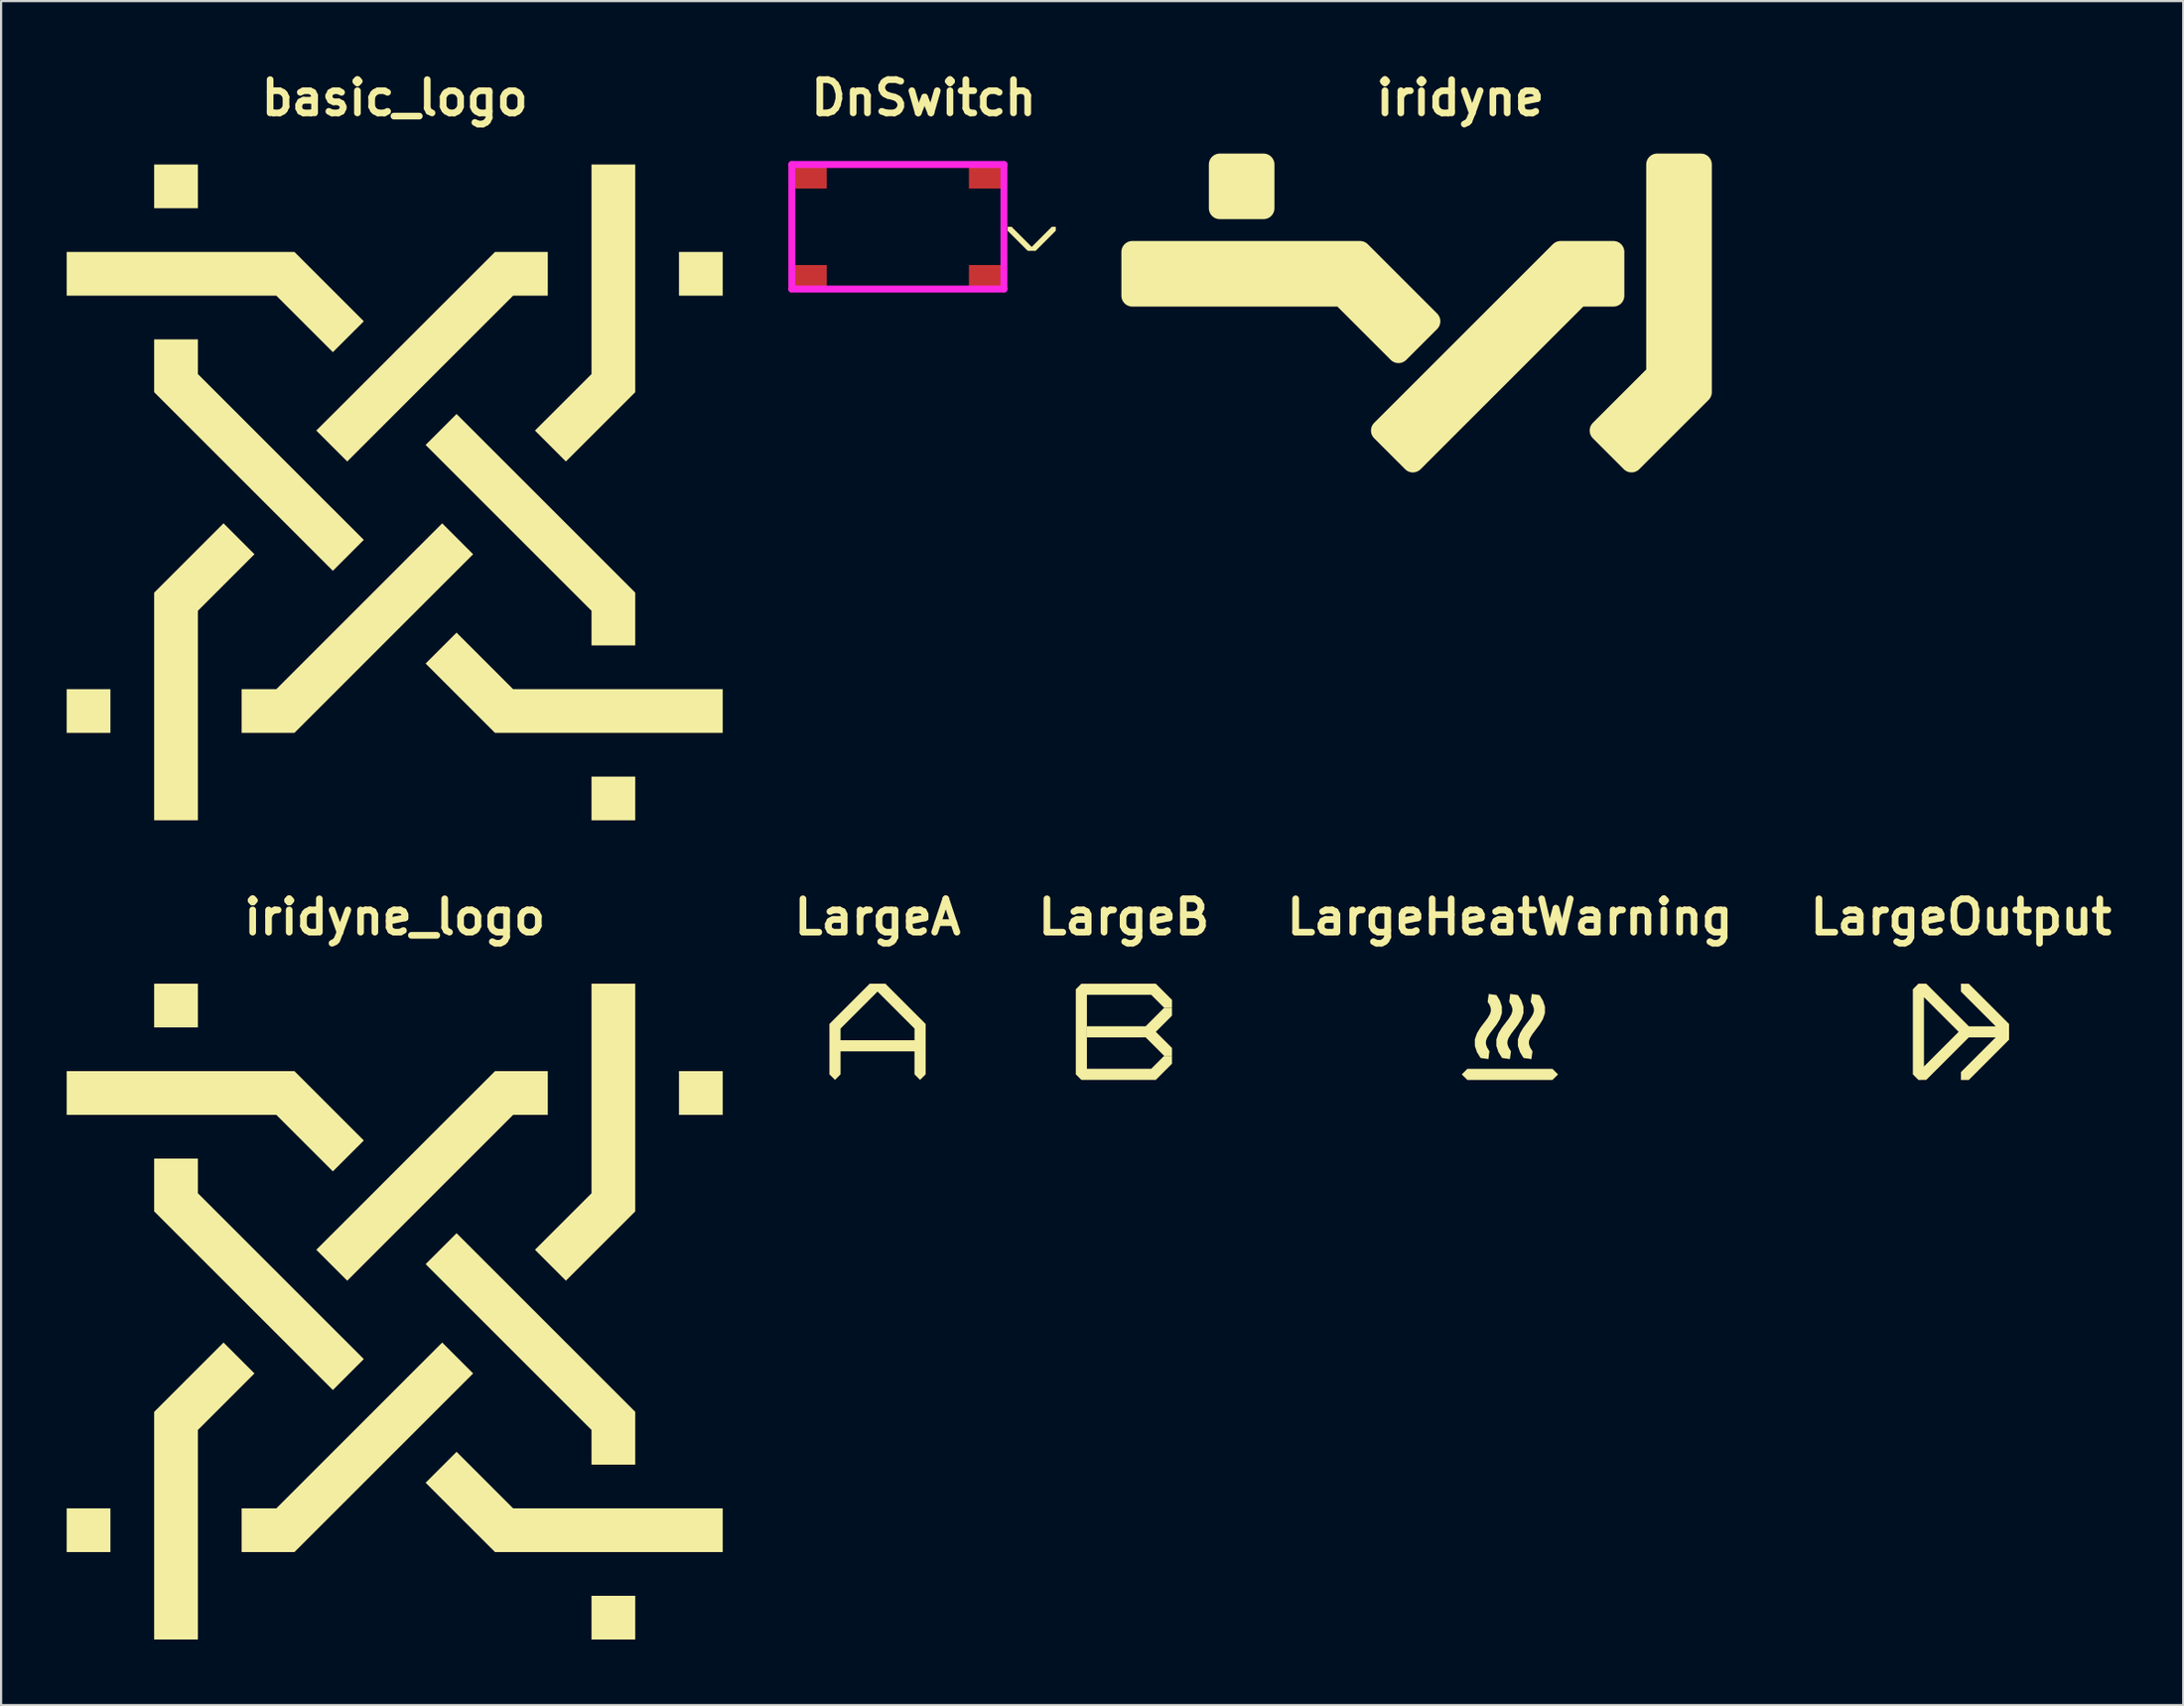
<source format=kicad_pcb>
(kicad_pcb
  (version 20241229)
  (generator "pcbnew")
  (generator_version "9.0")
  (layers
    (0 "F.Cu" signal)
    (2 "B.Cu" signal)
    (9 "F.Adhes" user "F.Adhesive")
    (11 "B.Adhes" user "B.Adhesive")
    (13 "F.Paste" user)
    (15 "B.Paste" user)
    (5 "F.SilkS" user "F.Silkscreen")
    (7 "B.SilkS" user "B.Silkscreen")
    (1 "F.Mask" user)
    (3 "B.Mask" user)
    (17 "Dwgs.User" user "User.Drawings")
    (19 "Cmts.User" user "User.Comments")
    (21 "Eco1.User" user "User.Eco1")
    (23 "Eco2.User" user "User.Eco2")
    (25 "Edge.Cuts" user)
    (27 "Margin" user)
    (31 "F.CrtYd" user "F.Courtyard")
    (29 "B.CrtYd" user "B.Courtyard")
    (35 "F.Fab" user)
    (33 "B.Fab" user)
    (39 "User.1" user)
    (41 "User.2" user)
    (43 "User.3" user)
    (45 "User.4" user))
  (footprint "LargeHeatWarning"
    (layer "F.Cu")
    (at 65.997 44.15)
    (property "Reference" "LargeHeatWarning" (at 0 -5.249 0) (layer "F.SilkS") (effects (font (size 1.524 1.524) (thickness 0.305))))
    (attr smd)
    (fp_poly (pts (xy 2.2 1.948) (xy 1.946 1.694) (xy -1.946 1.694) (xy -2.2 1.948) (xy -1.946 2.201) (xy 1.946 2.201) (xy 2.2 1.948)) (stroke (width 0) (type solid)) (fill yes) (layer "F.SilkS"))
    (fp_poly (pts (xy -0.968 -1.731) (xy -1.016 -1.376) (xy -1.018 -1.375) (xy -0.922 -1.217) (xy -0.872 -1.068) (xy -0.872 -0.938) (xy -0.922 -0.789) (xy -1.031 -0.61) (xy -1.186 -0.406) (xy -1.356 -0.181) (xy -1.507 0.068) (xy -1.603 0.348) (xy -1.602 0.646) (xy -1.508 0.926) (xy -1.356 1.175) (xy -1.34 1.196) (xy -1.339 1.196) (xy -0.984 1.247) (xy -0.935 0.893) (xy -0.937 0.89) (xy -1.046 0.711) (xy -1.096 0.562) (xy -1.097 0.431) (xy -1.046 0.283) (xy -0.938 0.104) (xy -0.783 -0.1) (xy -0.612 -0.325) (xy -0.461 -0.574) (xy -0.366 -0.855) (xy -0.366 -1.152) (xy -0.46 -1.432) (xy -0.613 -1.681) (xy -0.968 -1.731)) (stroke (width 0) (type solid)) (fill yes) (layer "F.SilkS"))
    (fp_poly (pts (xy 0.015 -1.731) (xy -0.033 -1.376) (xy -0.035 -1.375) (xy 0.062 -1.217) (xy 0.111 -1.068) (xy 0.112 -0.938) (xy 0.061 -0.789) (xy -0.048 -0.61) (xy -0.202 -0.406) (xy -0.373 -0.181) (xy -0.524 0.068) (xy -0.619 0.348) (xy -0.619 0.646) (xy -0.525 0.926) (xy -0.372 1.175) (xy -0.356 1.196) (xy -0.356 1.196) (xy -0.000127 1.247) (xy 0.048 0.893) (xy 0.046 0.89) (xy -0.063 0.711) (xy -0.113 0.562) (xy -0.113 0.431) (xy -0.063 0.283) (xy 0.046 0.104) (xy 0.201 -0.1) (xy 0.371 -0.325) (xy 0.523 -0.574) (xy 0.618 -0.855) (xy 0.617 -1.152) (xy 0.523 -1.432) (xy 0.371 -1.681) (xy 0.015 -1.731)) (stroke (width 0) (type solid)) (fill yes) (layer "F.SilkS"))
    (fp_poly (pts (xy 0.999 -1.731) (xy 0.951 -1.376) (xy 0.949 -1.375) (xy 1.045 -1.217) (xy 1.095 -1.068) (xy 1.096 -0.938) (xy 1.045 -0.789) (xy 0.936 -0.61) (xy 0.781 -0.406) (xy 0.611 -0.181) (xy 0.46 0.068) (xy 0.364 0.348) (xy 0.365 0.646) (xy 0.459 0.926) (xy 0.611 1.175) (xy 0.627 1.196) (xy 0.628 1.196) (xy 0.983 1.247) (xy 1.032 0.893) (xy 1.03 0.89) (xy 0.921 0.711) (xy 0.871 0.562) (xy 0.87 0.431) (xy 0.921 0.283) (xy 1.029 0.104) (xy 1.184 -0.1) (xy 1.355 -0.325) (xy 1.506 -0.574) (xy 1.601 -0.855) (xy 1.601 -1.152) (xy 1.507 -1.432) (xy 1.354 -1.681) (xy 0.999 -1.731)) (stroke (width 0) (type solid)) (fill yes) (layer "F.SilkS")))
  (footprint "LargeOutput"
    (layer "F.Cu")
    (at 86.624 44.15)
    (property "Reference" "LargeOutput" (at 0 -5.249 0) (layer "F.SilkS") (effects (font (size 1.524 1.524) (thickness 0.305))))
    (attr smd)
    (fp_poly (pts (xy -0.106 0.000006) (xy -1.693 1.587) (xy -1.693 -1.587) (xy -0.106 0.000006) (xy 0.357 0.255) (xy 1.586 0.255) (xy -0.001 1.841) (xy -0.001 2.201) (xy 0.359 2.201) (xy 2.199 0.36) (xy 2.2 0.001) (xy 2.199 -0.359) (xy 0.359 -2.198) (xy -0.001 -2.2) (xy -0.001 -1.84) (xy 1.587 -0.252) (xy 0.36 -0.252) (xy 0.254 -0.359) (xy -1.587 -2.2) (xy -1.947 -2.201) (xy -2.2 -1.946) (xy -2.2 1.945) (xy -1.947 2.199) (xy -1.947 2.201) (xy -1.587 2.199) (xy 0.357 0.255) (xy -0.106 0.000006)) (stroke (width 0) (type solid)) (fill yes) (layer "F.SilkS")))
  (footprint "DnSwitch"
    (layer "F.Cu")
    (at 39.194 7.324)
    (property "Reference" "DnSwitch" (at 0 -5.898 0) (layer "F.SilkS") (effects (font (size 1.524 1.524) (thickness 0.305))))
    (attr smd)
    (fp_poly (pts (xy 4.755 1.101) (xy 3.834 0.18) (xy 3.834 0.000025) (xy 4.014 0.000025) (xy 4.935 0.921) (xy 5.856 0.000025) (xy 6.035 0.000025) (xy 6.035 0.18) (xy 5.114 1.101) (xy 4.935 1.101) (xy 4.934 1.101) (xy 4.755 1.101)) (stroke (width 0) (type solid)) (fill yes) (layer "F.SilkS"))
    (fp_line (start -6.035 -2.85) (end 3.665 -2.85) (stroke (width 0.318) (type solid)) (layer "F.CrtYd"))
    (fp_line (start -6.035 2.85) (end -6.035 -2.85) (stroke (width 0.318) (type solid)) (layer "F.CrtYd"))
    (fp_line (start 3.665 -2.85) (end 3.665 2.85) (stroke (width 0.318) (type solid)) (layer "F.CrtYd"))
    (fp_line (start 3.665 2.85) (end -6.035 2.85) (stroke (width 0.318) (type solid)) (layer "F.CrtYd"))
    (pad "1" smd rect (at -5.185 -2.25) (size 1.5 1) (layers "F.Cu" "F.Mask" "F.Paste"))
    (pad "1" smd rect (at 2.815 -2.25) (size 1.5 1) (layers "F.Cu" "F.Mask" "F.Paste"))
    (pad "2" smd rect (at -5.185 2.25) (size 1.5 1) (layers "F.Cu" "F.Mask" "F.Paste"))
    (pad "2" smd rect (at 2.815 2.25) (size 1.5 1) (layers "F.Cu" "F.Mask" "F.Paste")))
  (footprint "LargeB"
    (layer "F.Cu")
    (at 48.345 44.149)
    (property "Reference" "LargeB" (at 0 -5.248 0) (layer "F.SilkS") (effects (font (size 1.524 1.524) (thickness 0.305))))
    (attr smd)
    (fp_poly (pts (xy -1.691 0.255) (xy 0.996 0.254) (xy 1.1 0.359) (xy 1.84 1.099) (xy 2.2 1.1) (xy 2.2 0.74) (xy 1.46 0.001) (xy 2.2 -0.74) (xy 2.2 -1.1) (xy 1.84 -1.099) (xy 1.1 -0.358) (xy 0.996 -0.254) (xy -1.692 -0.254) (xy -1.691 0.255)) (stroke (width 0) (type solid)) (fill yes) (layer "F.SilkS"))
    (fp_poly (pts (xy -1.692 -1.691) (xy 1.249 -1.692) (xy 1.84 -1.101) (xy 2.2 -1.1) (xy 2.2 -1.459) (xy 1.46 -2.199) (xy 1.101 -2.2) (xy 1.101 -2.199) (xy -1.945 -2.198) (xy -2.2 -1.945) (xy -2.199 -1.944) (xy -2.199 1.945) (xy -2.199 1.946) (xy -1.945 2.2) (xy 1.1 2.199) (xy 1.1 2.2) (xy 1.46 2.199) (xy 2.2 1.459) (xy 2.2 1.1) (xy 1.84 1.101) (xy 1.249 1.692) (xy -1.691 1.693) (xy -1.692 -1.691)) (stroke (width 0) (type solid)) (fill yes) (layer "F.SilkS")))
  (footprint "iridyne_logo"
    (layer "F.Cu")
    (at 15 56.949)
    (property "Reference" "iridyne_logo" (at 0 -18.048 0) (layer "F.SilkS") (effects (font (size 1.524 1.524) (thickness 0.305))))
    (attr smd)
    (fp_poly (pts (xy -15 9) (xy -15 11) (xy -13 11) (xy -13 9) (xy -15 9)) (stroke (width 0) (type solid)) (fill yes) (layer "F.SilkS"))
    (fp_poly (pts (xy -11 -15) (xy -11 -13) (xy -9 -13) (xy -9 -15) (xy -11 -15)) (stroke (width 0) (type solid)) (fill yes) (layer "F.SilkS"))
    (fp_poly (pts (xy 9 13) (xy 9 15) (xy 11 15) (xy 11 13) (xy 9 13)) (stroke (width 0) (type solid)) (fill yes) (layer "F.SilkS"))
    (fp_poly (pts (xy 13 -11) (xy 13 -9) (xy 15 -9) (xy 15 -11) (xy 13 -11)) (stroke (width 0) (type solid)) (fill yes) (layer "F.SilkS"))
    (fp_poly (pts (xy 4.586 -11) (xy 0.707 -7.122) (xy -1.414 -5) (xy -2.121 -4.293) (xy -3.586 -2.829) (xy -2.171 -1.414) (xy -0.707 -2.879) (xy 0 -3.586) (xy 2.121 -5.707) (xy 5.414 -9) (xy 7 -9) (xy 7 -11) (xy 4.586 -11)) (stroke (width 0) (type solid)) (fill yes) (layer "F.SilkS"))
    (fp_poly (pts (xy -15 -11) (xy -15 -9) (xy -12 -9) (xy -11 -9) (xy -9 -9) (xy -8 -9) (xy -5.414 -9) (xy -2.828 -6.415) (xy -1.414 -7.828) (xy -4.586 -11) (xy -8 -11) (xy -9 -11) (xy -11 -11) (xy -12 -11) (xy -15 -11)) (stroke (width 0) (type solid)) (fill yes) (layer "F.SilkS"))
    (fp_poly (pts (xy -11 -7) (xy -11 -4.586) (xy -7.122 -0.707) (xy -6.415 -0.001) (xy -5 1.414) (xy -4.293 2.121) (xy -2.828 3.586) (xy -1.414 2.171) (xy -2.879 0.707) (xy -3.586 0) (xy -5 -1.414) (xy -5.707 -2.121) (xy -9 -5.414) (xy -9 -7) (xy -11 -7)) (stroke (width 0) (type solid)) (fill yes) (layer "F.SilkS"))
    (fp_poly (pts (xy -7.828 1.414) (xy -11 4.586) (xy -11 8) (xy -11 9) (xy -11 11) (xy -11 12) (xy -11 15) (xy -9 15) (xy -9 12) (xy -9 11) (xy -9 9) (xy -9 8) (xy -9 5.414) (xy -6.414 2.828) (xy -7.828 1.414)) (stroke (width 0) (type solid)) (fill yes) (layer "F.SilkS"))
    (fp_poly (pts (xy 2.828 -3.586) (xy 1.414 -2.172) (xy 2.878 -0.707) (xy 3.586 0) (xy 5 1.414) (xy 5.707 2.121) (xy 9 5.414) (xy 9 7) (xy 11 7) (xy 11 4.586) (xy 7.121 0.707) (xy 6.414 -0.001) (xy 5 -1.414) (xy 4.293 -2.121) (xy 2.828 -3.586)) (stroke (width 0) (type solid)) (fill yes) (layer "F.SilkS"))
    (fp_poly (pts (xy 2.828 6.414) (xy 1.414 7.828) (xy 4.586 11) (xy 8 11) (xy 9 11) (xy 11 11) (xy 12 11) (xy 15 11) (xy 15 9) (xy 12 9) (xy 11 9) (xy 9 9) (xy 8 9) (xy 5.414 9) (xy 2.828 6.414)) (stroke (width 0) (type solid)) (fill yes) (layer "F.SilkS"))
    (fp_poly (pts (xy 9 -15) (xy 9 -12) (xy 9 -11) (xy 9 -9) (xy 9 -8) (xy 9 -5.414) (xy 6.414 -2.829) (xy 7.828 -1.415) (xy 11 -4.586) (xy 11 -8) (xy 11 -9) (xy 11 -11) (xy 11 -12) (xy 11 -15) (xy 9 -15)) (stroke (width 0) (type solid)) (fill yes) (layer "F.SilkS"))
    (fp_poly (pts (xy 2.172 1.414) (xy 0.707 2.878) (xy 0 3.586) (xy -1.414 5) (xy -2.121 5.707) (xy -5.414 9) (xy -7 9) (xy -7 11) (xy -4.586 11) (xy -0.707 7.121) (xy -0.001 6.414) (xy 0.000012 6.414) (xy 1.414 5) (xy 2.121 4.293) (xy 3.586 2.828) (xy 2.172 1.414)) (stroke (width 0) (type solid)) (fill yes) (layer "F.SilkS")))
  (footprint "iridyne"
    (layer "F.Cu")
    (at 63.73 19.475)
    (property "Reference" "iridyne" (at 0 -18.048 0) (layer "F.SilkS") (effects (font (size 1.524 1.524) (thickness 0.305))))
    (attr smd)
    (fp_poly (pts (xy -11 -15) (xy -15 -11) (xy -15 -9) (xy -12 -9) (xy -11 -9) (xy -9 -9) (xy -8 -9) (xy -5.414 -9) (xy -2.828 -6.415) (xy -1.414 -7.828) (xy -4.586 -11) (xy -8 -11) (xy -9 -11) (xy -11 -11) (xy -12 -11) (xy -15 -11) (xy -11 -15) (xy -11 -13) (xy 9 -12) (xy 9 -11) (xy 9 -9) (xy 9 -8) (xy 9 -5.414) (xy 6.414 -2.829) (xy 7.828 -1.415) (xy 11 -4.586) (xy 11 -8) (xy 11 -9) (xy 11 -11) (xy 11 -12) (xy 11 -15) (xy 9 -15) (xy 9 -12) (xy -11 -13) (xy 4.586 -11) (xy 0.707 -7.122) (xy -1.414 -5) (xy -2.121 -4.293) (xy -3.586 -2.829) (xy -2.171 -1.414) (xy -0.707 -2.879) (xy 0 -3.586) (xy 2.121 -5.707) (xy 5.414 -9) (xy 7 -9) (xy 7 -11) (xy 4.586 -11) (xy -11 -13) (xy -9 -13) (xy -9 -15) (xy -11 -15)) (stroke (width 1) (type solid)) (fill yes) (layer "F.SilkS")))
  (footprint "LargeA"
    (layer "F.Cu")
    (at 37.079 44.149)
    (property "Reference" "LargeA" (at 0 -5.248 0) (layer "F.SilkS") (effects (font (size 1.524 1.524) (thickness 0.305))))
    (attr smd)
    (fp_poly (pts (xy -1.691 0.387) (xy -1.691 -0.148) (xy 0.000001 -1.84) (xy 1.691 -0.148) (xy 1.691 0.386) (xy -1.691 0.387) (xy -1.691 0.895) (xy 1.69 0.895) (xy 1.69 1.945) (xy 1.945 2.2) (xy 2.199 1.946) (xy 2.199 0.001) (xy 2.2 0.001) (xy 2.199 -0.359) (xy 1.946 -0.614) (xy 1.945 -0.613) (xy 0.359 -2.2) (xy 0.001 -2.2) (xy -0.001 -2.2) (xy -0.359 -2.2) (xy -2.199 -0.359) (xy -2.2 0.001) (xy -2.199 0.001) (xy -2.199 1.946) (xy -1.946 2.2) (xy -1.691 1.946) (xy -1.691 0.895) (xy -1.691 0.387)) (stroke (width 0) (type solid)) (fill yes) (layer "F.SilkS")))
  (footprint "basic_logo"
    (layer "F.Cu")
    (at 15 19.475)
    (property "Reference" "basic_logo" (at 0 -18.048 0) (layer "F.SilkS") (effects (font (size 1.524 1.524) (thickness 0.305))))
    (attr smd)
    (fp_poly (pts (xy -15 9) (xy -15 11) (xy -13 11) (xy -13 9) (xy -15 9)) (stroke (width 0) (type solid)) (fill yes) (layer "F.SilkS"))
    (fp_poly (pts (xy -11 -15) (xy -11 -13) (xy -9 -13) (xy -9 -15) (xy -11 -15)) (stroke (width 0) (type solid)) (fill yes) (layer "F.SilkS"))
    (fp_poly (pts (xy 9 13) (xy 9 15) (xy 11 15) (xy 11 13) (xy 9 13)) (stroke (width 0) (type solid)) (fill yes) (layer "F.SilkS"))
    (fp_poly (pts (xy 13 -11) (xy 13 -9) (xy 15 -9) (xy 15 -11) (xy 13 -11)) (stroke (width 0) (type solid)) (fill yes) (layer "F.SilkS"))
    (fp_poly (pts (xy 4.586 -11) (xy 0.707 -7.122) (xy -1.414 -5) (xy -2.121 -4.293) (xy -3.586 -2.829) (xy -2.171 -1.414) (xy -0.707 -2.879) (xy 0 -3.586) (xy 2.121 -5.707) (xy 5.414 -9) (xy 7 -9) (xy 7 -11) (xy 4.586 -11)) (stroke (width 0) (type solid)) (fill yes) (layer "F.SilkS"))
    (fp_poly (pts (xy -15 -11) (xy -15 -9) (xy -12 -9) (xy -11 -9) (xy -9 -9) (xy -8 -9) (xy -5.414 -9) (xy -2.828 -6.415) (xy -1.414 -7.828) (xy -4.586 -11) (xy -8 -11) (xy -9 -11) (xy -11 -11) (xy -12 -11) (xy -15 -11)) (stroke (width 0) (type solid)) (fill yes) (layer "F.SilkS"))
    (fp_poly (pts (xy -11 -7) (xy -11 -4.586) (xy -7.122 -0.707) (xy -6.415 -0.001) (xy -5 1.414) (xy -4.293 2.121) (xy -2.828 3.586) (xy -1.414 2.171) (xy -2.879 0.707) (xy -3.586 0) (xy -5 -1.414) (xy -5.707 -2.121) (xy -9 -5.414) (xy -9 -7) (xy -11 -7)) (stroke (width 0) (type solid)) (fill yes) (layer "F.SilkS"))
    (fp_poly (pts (xy -7.828 1.414) (xy -11 4.586) (xy -11 8) (xy -11 9) (xy -11 11) (xy -11 12) (xy -11 15) (xy -9 15) (xy -9 12) (xy -9 11) (xy -9 9) (xy -9 8) (xy -9 5.414) (xy -6.414 2.828) (xy -7.828 1.414)) (stroke (width 0) (type solid)) (fill yes) (layer "F.SilkS"))
    (fp_poly (pts (xy 2.828 -3.586) (xy 1.414 -2.172) (xy 2.878 -0.707) (xy 3.586 0) (xy 5 1.414) (xy 5.707 2.121) (xy 9 5.414) (xy 9 7) (xy 11 7) (xy 11 4.586) (xy 7.121 0.707) (xy 6.414 -0.001) (xy 5 -1.414) (xy 4.293 -2.121) (xy 2.828 -3.586)) (stroke (width 0) (type solid)) (fill yes) (layer "F.SilkS"))
    (fp_poly (pts (xy 2.828 6.414) (xy 1.414 7.828) (xy 4.586 11) (xy 8 11) (xy 9 11) (xy 11 11) (xy 12 11) (xy 15 11) (xy 15 9) (xy 12 9) (xy 11 9) (xy 9 9) (xy 8 9) (xy 5.414 9) (xy 2.828 6.414)) (stroke (width 0) (type solid)) (fill yes) (layer "F.SilkS"))
    (fp_poly (pts (xy 9 -15) (xy 9 -12) (xy 9 -11) (xy 9 -9) (xy 9 -8) (xy 9 -5.414) (xy 6.414 -2.829) (xy 7.828 -1.415) (xy 11 -4.586) (xy 11 -8) (xy 11 -9) (xy 11 -11) (xy 11 -12) (xy 11 -15) (xy 9 -15)) (stroke (width 0) (type solid)) (fill yes) (layer "F.SilkS"))
    (fp_poly (pts (xy 2.172 1.414) (xy 0.707 2.878) (xy 0 3.586) (xy -1.414 5) (xy -2.121 5.707) (xy -5.414 9) (xy -7 9) (xy -7 11) (xy -4.586 11) (xy -0.707 7.121) (xy -0.001 6.414) (xy 0.000012 6.414) (xy 1.414 5) (xy 2.121 4.293) (xy 3.586 2.828) (xy 2.172 1.414)) (stroke (width 0) (type solid)) (fill yes) (layer "F.SilkS")))
  (gr_rect
    (start -3 -3)
    (end 96.787 74.949)
    (stroke (width 0.1) (type default))
    (fill no)
    (layer "Edge.Cuts")))
</source>
